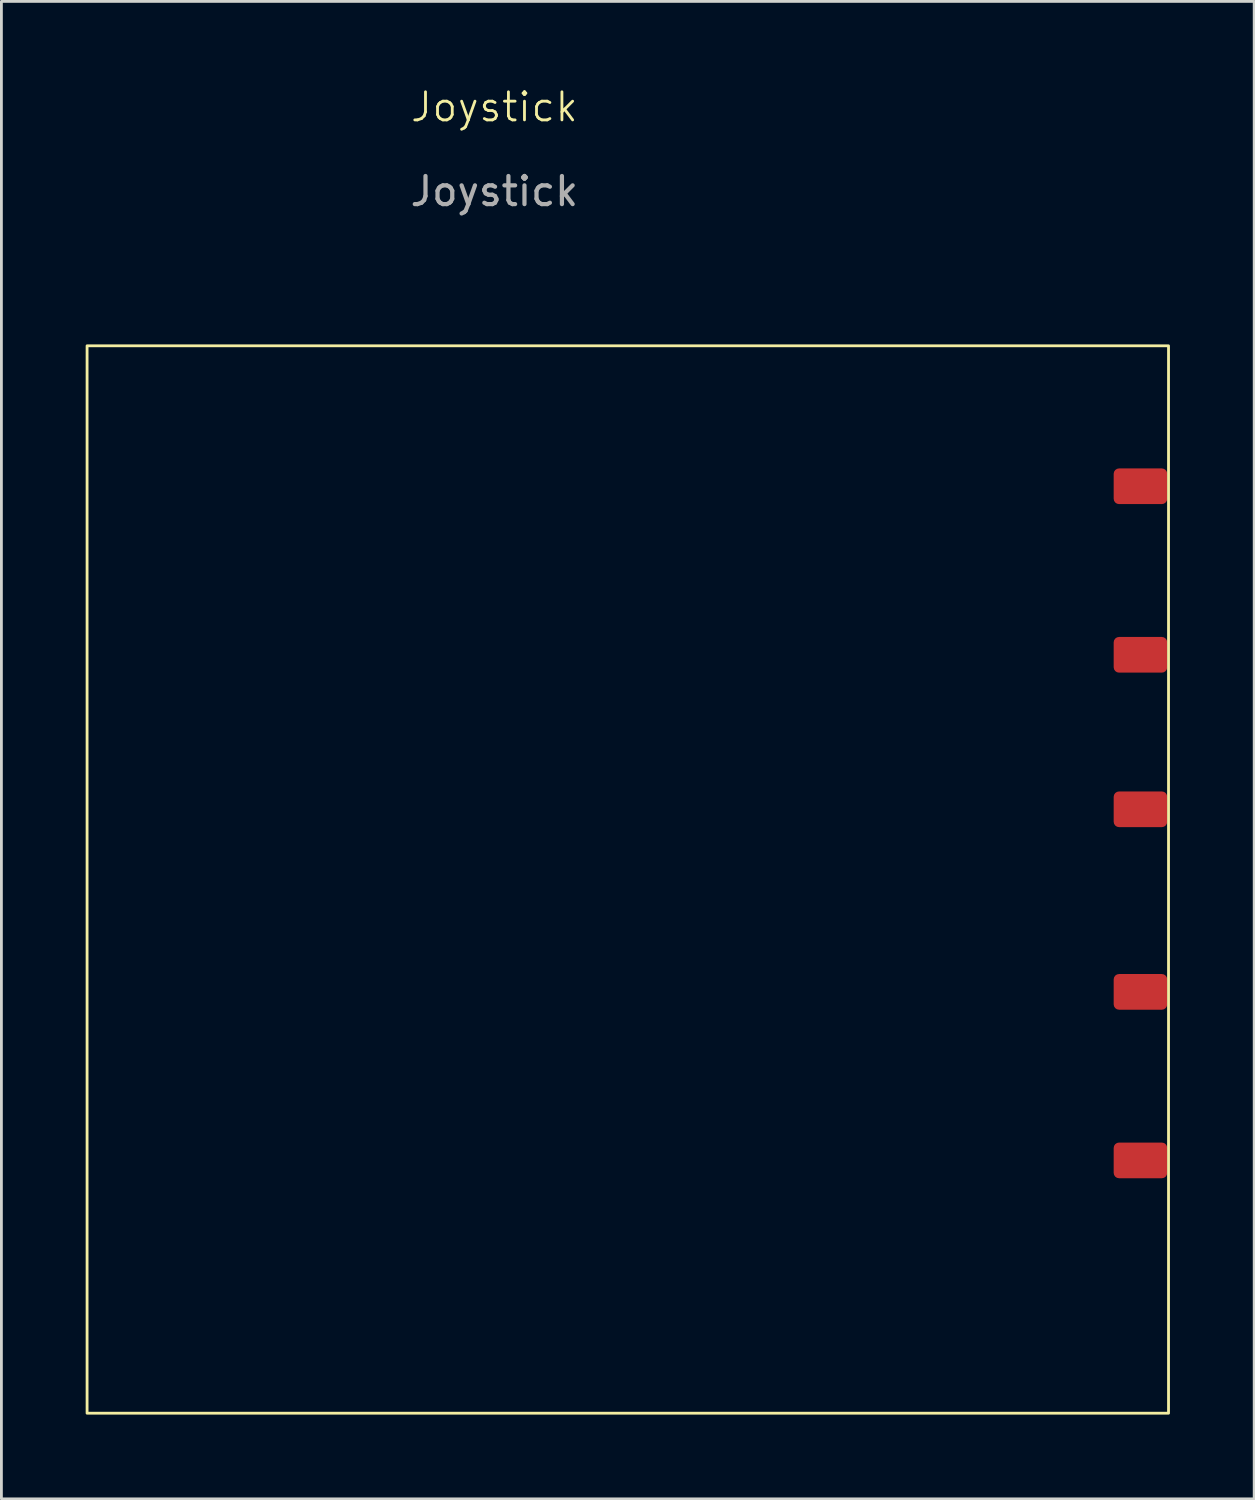
<source format=kicad_pcb>
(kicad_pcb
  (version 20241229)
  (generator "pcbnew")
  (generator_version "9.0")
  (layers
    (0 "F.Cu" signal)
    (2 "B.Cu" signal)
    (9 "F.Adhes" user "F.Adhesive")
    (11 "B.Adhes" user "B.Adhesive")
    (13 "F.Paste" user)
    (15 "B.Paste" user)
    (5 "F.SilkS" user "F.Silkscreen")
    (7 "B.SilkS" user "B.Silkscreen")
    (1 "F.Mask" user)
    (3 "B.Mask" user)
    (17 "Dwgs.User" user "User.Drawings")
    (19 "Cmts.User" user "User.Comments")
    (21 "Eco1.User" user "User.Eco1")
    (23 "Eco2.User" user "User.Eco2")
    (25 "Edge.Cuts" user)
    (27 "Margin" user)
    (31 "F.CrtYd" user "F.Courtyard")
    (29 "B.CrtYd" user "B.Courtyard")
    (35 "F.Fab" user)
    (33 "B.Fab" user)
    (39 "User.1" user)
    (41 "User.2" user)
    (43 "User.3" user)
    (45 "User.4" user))
  (footprint "Joystick"
    (layer "F.Cu")
    (at 14.55 11.761)
    (property "Reference" "Joystick" (at 0 -11 0) (unlocked yes) (layer "F.SilkS") (effects (font (size 1 1) (thickness 0.1))))
    (attr smd)
    (fp_rect (start -14.5 -2.5) (end 24 35.5) (stroke (width 0.1) (type default)) (fill no) (layer "F.SilkS"))
    (fp_text user "${REFERENCE}" (at 0 -8 0) (unlocked yes) (layer "F.Fab") (effects (font (size 1 1) (thickness 0.15))))
    (pad "1" smd roundrect (at 23 2.5) (size 1.905 1.27) (layers "F.Cu" "F.Mask" "F.Paste") (roundrect_rratio 0.15))
    (pad "2" smd roundrect (at 23 8.5) (size 1.905 1.27) (layers "F.Cu" "F.Mask" "F.Paste") (roundrect_rratio 0.15))
    (pad "3" smd roundrect (at 23 14) (size 1.905 1.27) (layers "F.Cu" "F.Mask" "F.Paste") (roundrect_rratio 0.15))
    (pad "4" smd roundrect (at 23 20.5) (size 1.905 1.27) (layers "F.Cu" "F.Mask" "F.Paste") (roundrect_rratio 0.15))
    (pad "5" smd roundrect (at 23 26.5) (size 1.905 1.27) (layers "F.Cu" "F.Mask" "F.Paste") (roundrect_rratio 0.15)))
  (gr_rect
    (start -3 -3)
    (end 41.6 50.31)
    (stroke (width 0.1) (type default))
    (fill no)
    (layer "Edge.Cuts")))
</source>
